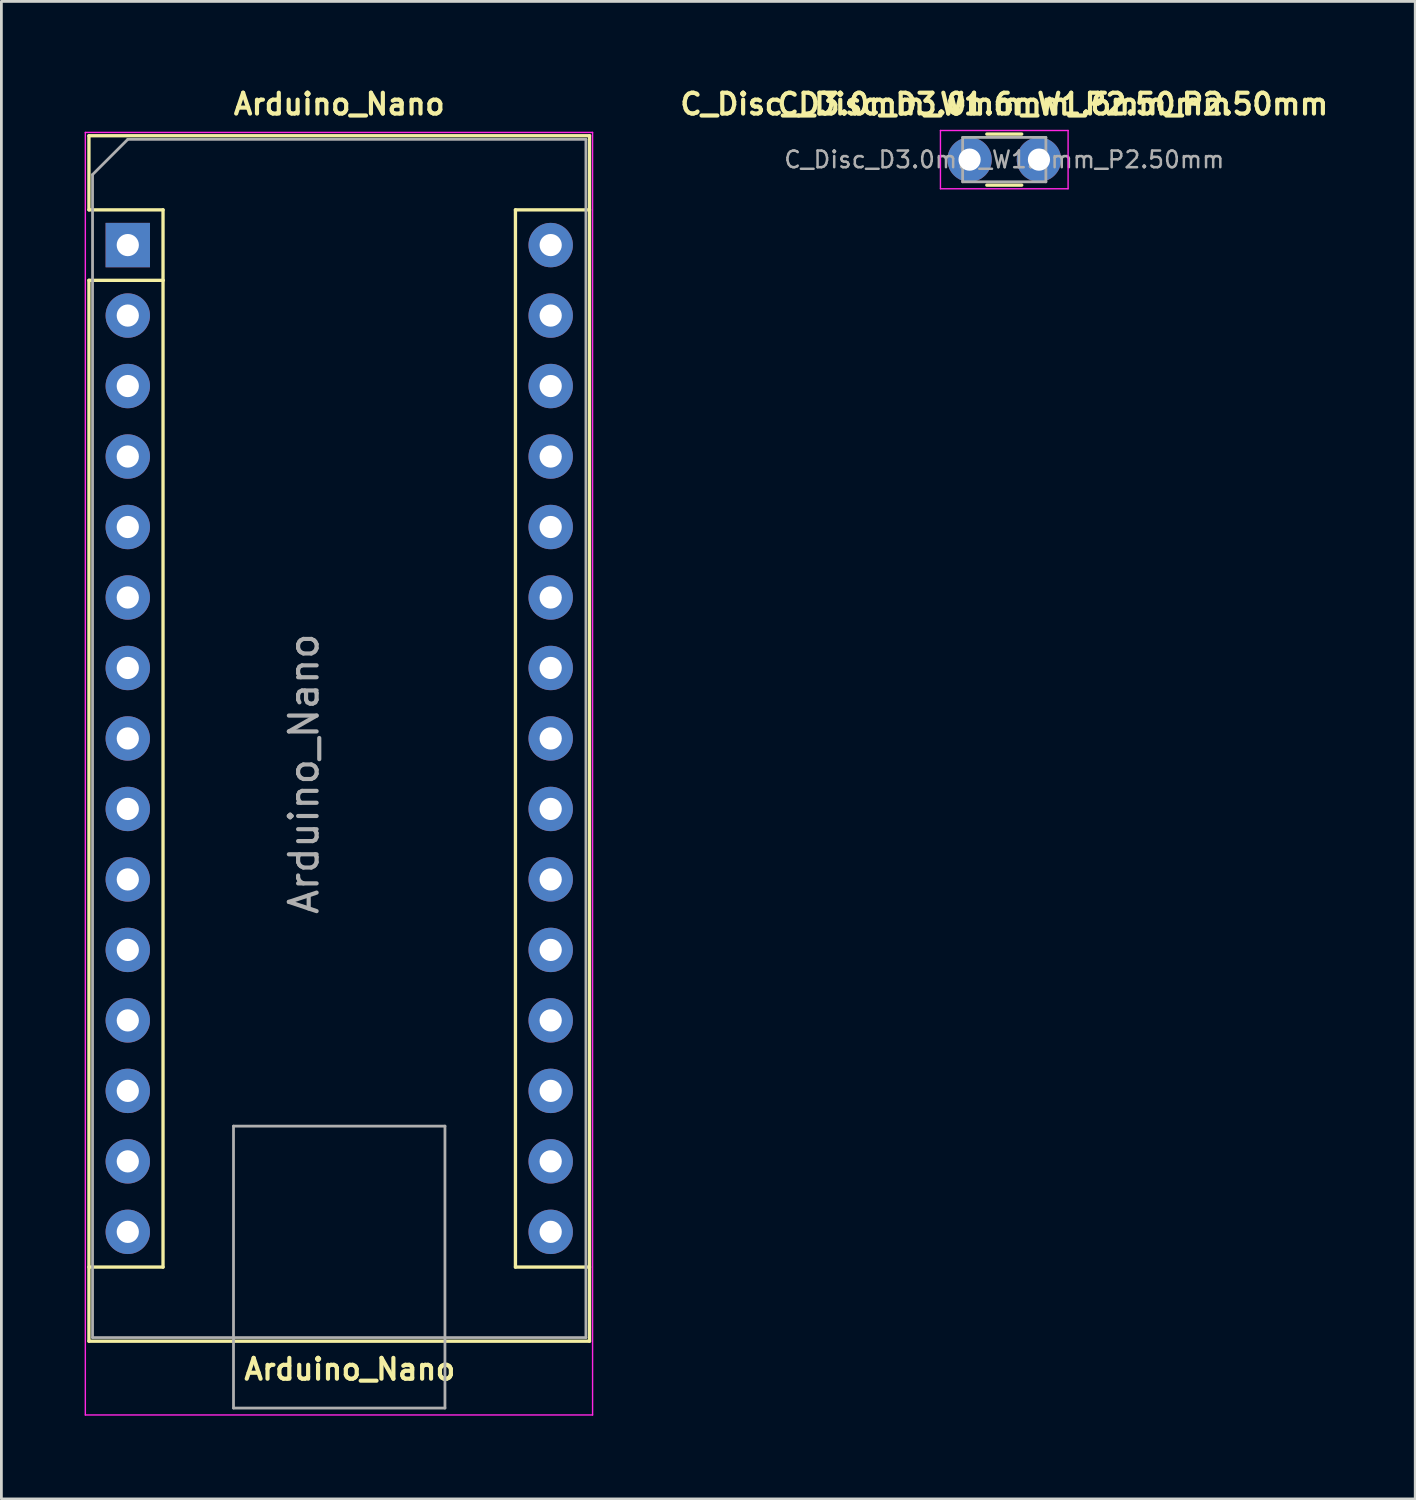
<source format=kicad_pcb>
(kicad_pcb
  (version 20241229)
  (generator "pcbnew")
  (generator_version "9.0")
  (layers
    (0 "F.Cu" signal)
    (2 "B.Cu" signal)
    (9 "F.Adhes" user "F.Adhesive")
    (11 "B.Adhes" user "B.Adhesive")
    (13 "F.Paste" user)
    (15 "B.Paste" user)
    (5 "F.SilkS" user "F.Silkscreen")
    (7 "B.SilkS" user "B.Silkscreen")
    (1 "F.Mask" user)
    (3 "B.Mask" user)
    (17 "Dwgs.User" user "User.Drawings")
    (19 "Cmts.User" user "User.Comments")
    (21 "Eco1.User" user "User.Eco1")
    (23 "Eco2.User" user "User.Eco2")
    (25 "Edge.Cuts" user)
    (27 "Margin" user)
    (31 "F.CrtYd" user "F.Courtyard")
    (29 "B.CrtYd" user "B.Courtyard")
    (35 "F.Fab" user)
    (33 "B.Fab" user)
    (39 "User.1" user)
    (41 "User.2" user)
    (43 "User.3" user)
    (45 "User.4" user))
  (footprint "C_Disc_D3.0mm_W1.6mm_P2.50mm"
    (layer "F.Cu")
    (at 31.891 2.702)
    (property "Reference" "C_Disc_D3.0mm_W1.6mm_P2.50mm" (at -0.5 -2 0) (layer "F.SilkS") (effects (font (size 0.75 0.75) (thickness 0.15))))
    (property "Value" "C_Disc_D3.0mm_W1.6mm_P2.50mm" (at 1.25 2.05 0) (layer "F.Fab") (hide yes) (effects (font (size 1 1) (thickness 0.15))))
    (attr through_hole)
    (fp_line (start 0.621 -0.92) (end 1.879 -0.92) (stroke (width 0.12) (type solid)) (layer "F.SilkS"))
    (fp_line (start 0.621 0.92) (end 1.879 0.92) (stroke (width 0.12) (type solid)) (layer "F.SilkS"))
    (fp_line (start -1.05 -1.05) (end -1.05 1.05) (stroke (width 0.05) (type solid)) (layer "F.CrtYd"))
    (fp_line (start -1.05 1.05) (end 3.55 1.05) (stroke (width 0.05) (type solid)) (layer "F.CrtYd"))
    (fp_line (start 3.55 -1.05) (end -1.05 -1.05) (stroke (width 0.05) (type solid)) (layer "F.CrtYd"))
    (fp_line (start 3.55 1.05) (end 3.55 -1.05) (stroke (width 0.05) (type solid)) (layer "F.CrtYd"))
    (fp_line (start -0.25 -0.8) (end -0.25 0.8) (stroke (width 0.1) (type solid)) (layer "F.Fab"))
    (fp_line (start -0.25 0.8) (end 2.75 0.8) (stroke (width 0.1) (type solid)) (layer "F.Fab"))
    (fp_line (start 2.75 -0.8) (end -0.25 -0.8) (stroke (width 0.1) (type solid)) (layer "F.Fab"))
    (fp_line (start 2.75 0.8) (end 2.75 -0.8) (stroke (width 0.1) (type solid)) (layer "F.Fab"))
    (fp_text user "${VALUE}" (at 3 -2 0) (layer "F.SilkS") (effects (font (size 0.75 0.75) (thickness 0.15))))
    (fp_text user "${REFERENCE}" (at 1.25 0 0) (layer "F.Fab") (effects (font (size 0.6 0.6) (thickness 0.09))))
    (pad "1" thru_hole circle (at 0 0) (size 1.6 1.6) (drill 0.8) (layers "*.Cu" "*.Mask"))
    (pad "2" thru_hole circle (at 2.5 0) (size 1.6 1.6) (drill 0.8) (layers "*.Cu" "*.Mask")))
  (footprint "Arduino_Nano"
    (layer "F.Cu")
    (at 1.555 5.782)
    (property "Reference" "Arduino_Nano" (at 7.62 -5.08 0) (layer "F.SilkS") (effects (font (size 0.75 0.75) (thickness 0.15))))
    (property "Value" "Arduino_Nano" (at 8.89 19.05 90) (layer "F.Fab") (hide yes) (effects (font (size 1 1) (thickness 0.15))))
    (attr through_hole)
    (fp_line (start -1.4 -3.94) (end -1.4 -1.27) (stroke (width 0.12) (type solid)) (layer "F.SilkS"))
    (fp_line (start -1.4 1.27) (end -1.4 39.5) (stroke (width 0.12) (type solid)) (layer "F.SilkS"))
    (fp_line (start -1.4 39.5) (end 16.64 39.5) (stroke (width 0.12) (type solid)) (layer "F.SilkS"))
    (fp_line (start 1.27 -1.27) (end -1.4 -1.27) (stroke (width 0.12) (type solid)) (layer "F.SilkS"))
    (fp_line (start 1.27 1.27) (end -1.4 1.27) (stroke (width 0.12) (type solid)) (layer "F.SilkS"))
    (fp_line (start 1.27 1.27) (end 1.27 -1.27) (stroke (width 0.12) (type solid)) (layer "F.SilkS"))
    (fp_line (start 1.27 1.27) (end 1.27 36.83) (stroke (width 0.12) (type solid)) (layer "F.SilkS"))
    (fp_line (start 1.27 36.83) (end -1.4 36.83) (stroke (width 0.12) (type solid)) (layer "F.SilkS"))
    (fp_line (start 13.97 -1.27) (end 13.97 36.83) (stroke (width 0.12) (type solid)) (layer "F.SilkS"))
    (fp_line (start 13.97 -1.27) (end 16.64 -1.27) (stroke (width 0.12) (type solid)) (layer "F.SilkS"))
    (fp_line (start 13.97 36.83) (end 16.64 36.83) (stroke (width 0.12) (type solid)) (layer "F.SilkS"))
    (fp_line (start 16.64 -3.94) (end -1.4 -3.94) (stroke (width 0.12) (type solid)) (layer "F.SilkS"))
    (fp_line (start 16.64 39.5) (end 16.64 -3.94) (stroke (width 0.12) (type solid)) (layer "F.SilkS"))
    (fp_line (start -1.53 -4.06) (end -1.53 42.16) (stroke (width 0.05) (type solid)) (layer "F.CrtYd"))
    (fp_line (start -1.53 -4.06) (end 16.75 -4.06) (stroke (width 0.05) (type solid)) (layer "F.CrtYd"))
    (fp_line (start 16.75 42.16) (end -1.53 42.16) (stroke (width 0.05) (type solid)) (layer "F.CrtYd"))
    (fp_line (start 16.75 42.16) (end 16.75 -4.06) (stroke (width 0.05) (type solid)) (layer "F.CrtYd"))
    (fp_line (start -1.27 -2.54) (end 0 -3.81) (stroke (width 0.1) (type solid)) (layer "F.Fab"))
    (fp_line (start -1.27 39.37) (end -1.27 -2.54) (stroke (width 0.1) (type solid)) (layer "F.Fab"))
    (fp_line (start 0 -3.81) (end 16.51 -3.81) (stroke (width 0.1) (type solid)) (layer "F.Fab"))
    (fp_line (start 3.81 31.75) (end 11.43 31.75) (stroke (width 0.1) (type solid)) (layer "F.Fab"))
    (fp_line (start 3.81 41.91) (end 3.81 31.75) (stroke (width 0.1) (type solid)) (layer "F.Fab"))
    (fp_line (start 11.43 31.75) (end 11.43 41.91) (stroke (width 0.1) (type solid)) (layer "F.Fab"))
    (fp_line (start 11.43 41.91) (end 3.81 41.91) (stroke (width 0.1) (type solid)) (layer "F.Fab"))
    (fp_line (start 16.51 -3.81) (end 16.51 39.37) (stroke (width 0.1) (type solid)) (layer "F.Fab"))
    (fp_line (start 16.51 39.37) (end -1.27 39.37) (stroke (width 0.1) (type solid)) (layer "F.Fab"))
    (fp_text user "${VALUE}" (at 8 40.513 0) (layer "F.SilkS") (effects (font (size 0.75 0.75) (thickness 0.15))))
    (fp_text user "${REFERENCE}" (at 6.35 19.05 90) (layer "F.Fab") (effects (font (size 1 1) (thickness 0.15))))
    (pad "1" thru_hole rect (at 0 0) (size 1.6 1.6) (drill 0.8) (layers "*.Cu" "*.Mask"))
    (pad "2" thru_hole oval (at 0 2.54) (size 1.6 1.6) (drill 0.8) (layers "*.Cu" "*.Mask"))
    (pad "3" thru_hole oval (at 0 5.08) (size 1.6 1.6) (drill 0.8) (layers "*.Cu" "*.Mask"))
    (pad "4" thru_hole oval (at 0 7.62) (size 1.6 1.6) (drill 0.8) (layers "*.Cu" "*.Mask"))
    (pad "5" thru_hole oval (at 0 10.16) (size 1.6 1.6) (drill 0.8) (layers "*.Cu" "*.Mask"))
    (pad "6" thru_hole oval (at 0 12.7) (size 1.6 1.6) (drill 0.8) (layers "*.Cu" "*.Mask"))
    (pad "7" thru_hole oval (at 0 15.24) (size 1.6 1.6) (drill 0.8) (layers "*.Cu" "*.Mask"))
    (pad "8" thru_hole oval (at 0 17.78) (size 1.6 1.6) (drill 0.8) (layers "*.Cu" "*.Mask"))
    (pad "9" thru_hole oval (at 0 20.32) (size 1.6 1.6) (drill 0.8) (layers "*.Cu" "*.Mask"))
    (pad "10" thru_hole oval (at 0 22.86) (size 1.6 1.6) (drill 0.8) (layers "*.Cu" "*.Mask"))
    (pad "11" thru_hole oval (at 0 25.4) (size 1.6 1.6) (drill 0.8) (layers "*.Cu" "*.Mask"))
    (pad "12" thru_hole oval (at 0 27.94) (size 1.6 1.6) (drill 0.8) (layers "*.Cu" "*.Mask"))
    (pad "13" thru_hole oval (at 0 30.48) (size 1.6 1.6) (drill 0.8) (layers "*.Cu" "*.Mask"))
    (pad "14" thru_hole oval (at 0 33.02) (size 1.6 1.6) (drill 0.8) (layers "*.Cu" "*.Mask"))
    (pad "15" thru_hole oval (at 0 35.56) (size 1.6 1.6) (drill 0.8) (layers "*.Cu" "*.Mask"))
    (pad "16" thru_hole oval (at 15.24 35.56) (size 1.6 1.6) (drill 0.8) (layers "*.Cu" "*.Mask"))
    (pad "17" thru_hole oval (at 15.24 33.02) (size 1.6 1.6) (drill 0.8) (layers "*.Cu" "*.Mask"))
    (pad "18" thru_hole oval (at 15.24 30.48) (size 1.6 1.6) (drill 0.8) (layers "*.Cu" "*.Mask"))
    (pad "19" thru_hole oval (at 15.24 27.94) (size 1.6 1.6) (drill 0.8) (layers "*.Cu" "*.Mask"))
    (pad "20" thru_hole oval (at 15.24 25.4) (size 1.6 1.6) (drill 0.8) (layers "*.Cu" "*.Mask"))
    (pad "21" thru_hole oval (at 15.24 22.86) (size 1.6 1.6) (drill 0.8) (layers "*.Cu" "*.Mask"))
    (pad "22" thru_hole oval (at 15.24 20.32) (size 1.6 1.6) (drill 0.8) (layers "*.Cu" "*.Mask"))
    (pad "23" thru_hole oval (at 15.24 17.78) (size 1.6 1.6) (drill 0.8) (layers "*.Cu" "*.Mask"))
    (pad "24" thru_hole oval (at 15.24 15.24) (size 1.6 1.6) (drill 0.8) (layers "*.Cu" "*.Mask"))
    (pad "25" thru_hole oval (at 15.24 12.7) (size 1.6 1.6) (drill 0.8) (layers "*.Cu" "*.Mask"))
    (pad "26" thru_hole oval (at 15.24 10.16) (size 1.6 1.6) (drill 0.8) (layers "*.Cu" "*.Mask"))
    (pad "27" thru_hole oval (at 15.24 7.62) (size 1.6 1.6) (drill 0.8) (layers "*.Cu" "*.Mask"))
    (pad "28" thru_hole oval (at 15.24 5.08) (size 1.6 1.6) (drill 0.8) (layers "*.Cu" "*.Mask"))
    (pad "29" thru_hole oval (at 15.24 2.54) (size 1.6 1.6) (drill 0.8) (layers "*.Cu" "*.Mask"))
    (pad "30" thru_hole oval (at 15.24 0) (size 1.6 1.6) (drill 0.8) (layers "*.Cu" "*.Mask")))
  (gr_rect
    (start -3 -3)
    (end 47.951 50.967)
    (stroke (width 0.1) (type default))
    (fill no)
    (layer "Edge.Cuts")))
</source>
